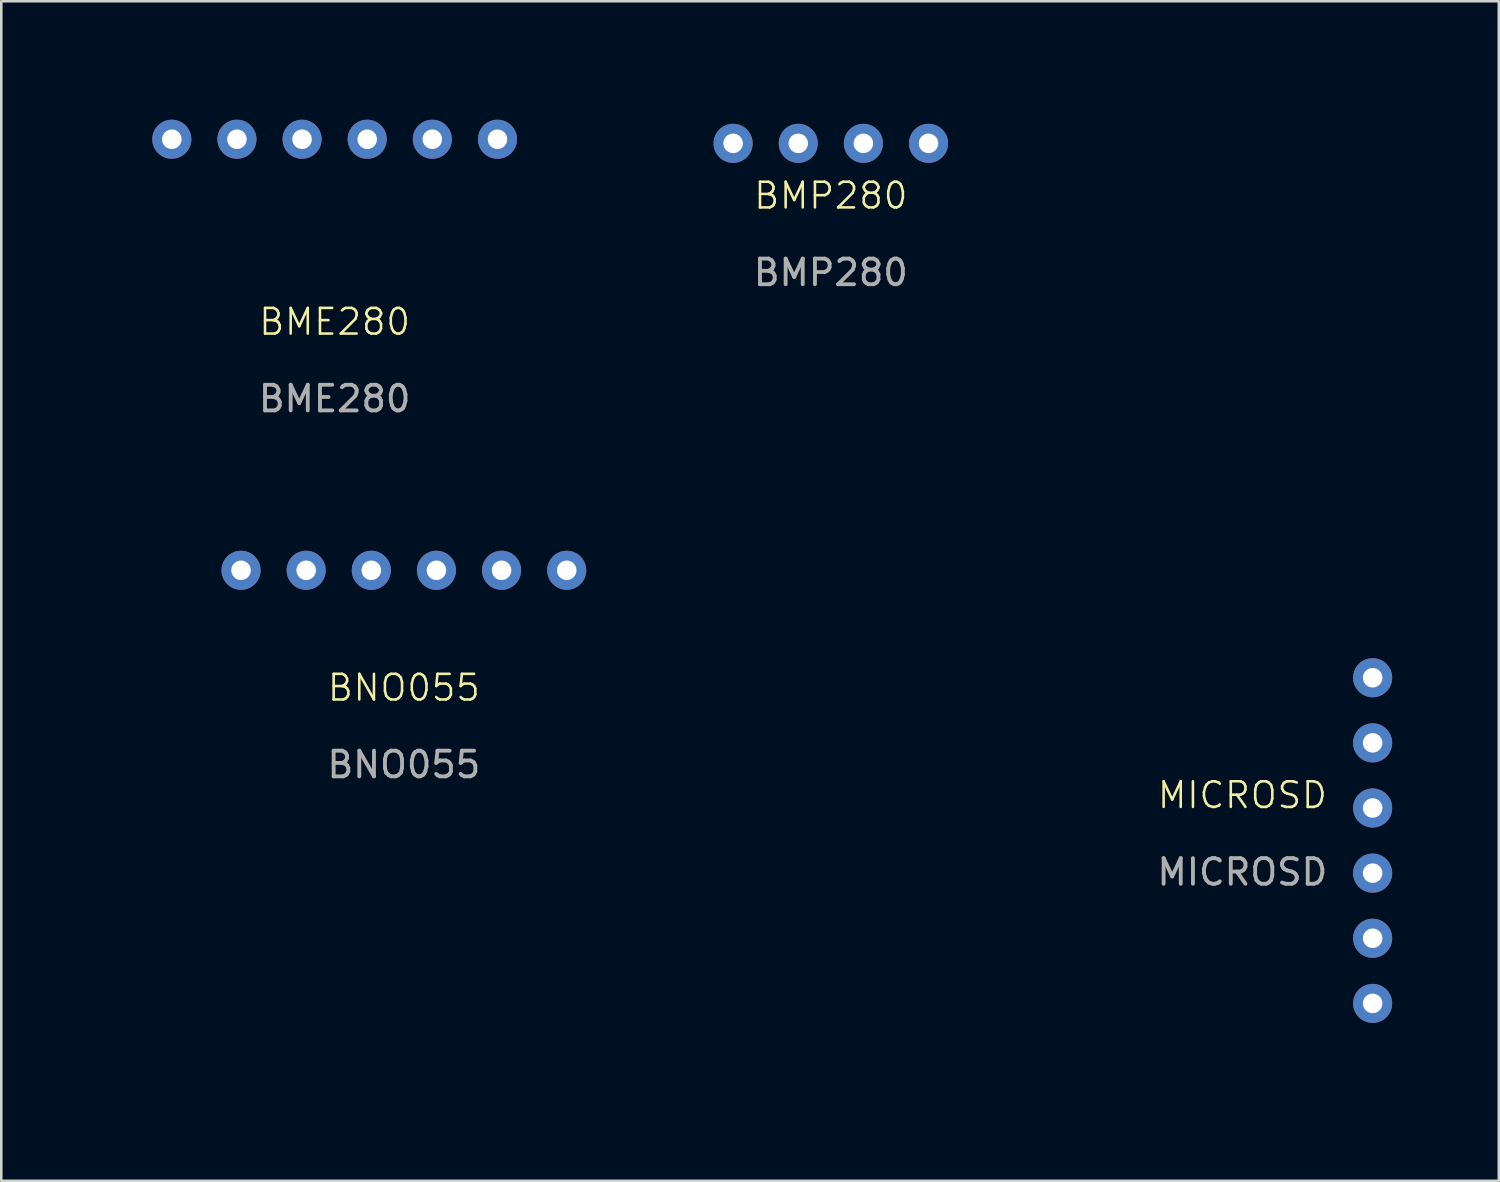
<source format=kicad_pcb>
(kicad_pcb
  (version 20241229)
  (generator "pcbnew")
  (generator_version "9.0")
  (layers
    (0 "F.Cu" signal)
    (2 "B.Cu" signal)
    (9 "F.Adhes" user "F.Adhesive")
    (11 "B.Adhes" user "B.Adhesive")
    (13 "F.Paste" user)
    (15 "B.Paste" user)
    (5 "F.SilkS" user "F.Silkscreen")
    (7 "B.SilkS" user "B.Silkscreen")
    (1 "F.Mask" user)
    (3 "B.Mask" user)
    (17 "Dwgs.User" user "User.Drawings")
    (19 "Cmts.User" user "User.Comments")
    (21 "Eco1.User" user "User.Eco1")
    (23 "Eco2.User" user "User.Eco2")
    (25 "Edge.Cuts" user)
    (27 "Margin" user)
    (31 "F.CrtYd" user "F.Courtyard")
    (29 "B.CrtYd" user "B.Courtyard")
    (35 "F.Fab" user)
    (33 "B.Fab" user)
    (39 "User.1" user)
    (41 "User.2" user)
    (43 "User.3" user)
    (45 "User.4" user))
  (footprint "MICROSD"
    (layer "F.Cu")
    (at 45.4 28.46)
    (property "Reference" "MICROSD" (at 0 -0.5 0) (unlocked yes) (layer "F.SilkS") (effects (font (size 1 1) (thickness 0.1))))
    (attr through_hole)
    (fp_text user "${REFERENCE}" (at 0 2.5 0) (unlocked yes) (layer "F.Fab") (effects (font (size 1 1) (thickness 0.15))))
    (pad "1" thru_hole circle (at 5.08 -5.08) (size 1.524 1.524) (drill 0.762) (layers "*.Cu" "*.Mask"))
    (pad "2" thru_hole circle (at 5.08 -2.54) (size 1.524 1.524) (drill 0.762) (layers "*.Cu" "*.Mask"))
    (pad "3" thru_hole circle (at 5.08 0) (size 1.524 1.524) (drill 0.762) (layers "*.Cu" "*.Mask"))
    (pad "4" thru_hole circle (at 5.08 2.54) (size 1.524 1.524) (drill 0.762) (layers "*.Cu" "*.Mask"))
    (pad "5" thru_hole circle (at 5.08 5.08) (size 1.524 1.524) (drill 0.762) (layers "*.Cu" "*.Mask"))
    (pad "6" thru_hole circle (at 5.08 7.62) (size 1.524 1.524) (drill 0.762) (layers "*.Cu" "*.Mask"))
    (zone (net_name "") (layer "F.SilkS") (hatch edge 0.5) (connect_pads) (min_thickness 0.25) (filled_areas_thickness no) (keepout (tracks allowed) (vias allowed) (pads not_allowed) (copperpour allowed) (footprints not_allowed)) (placement (enabled no)) (fill) (polygon (pts (xy 28.4 17.92) (xy 52.4 17.92) (xy 52.4 40) (xy 28.4 40)))))
  (footprint "BNO055"
    (layer "F.Cu")
    (at 12.7 24.27)
    (property "Reference" "BNO055" (at 0 -0.5 0) (unlocked yes) (layer "F.SilkS") (effects (font (size 1 1) (thickness 0.1))))
    (attr through_hole)
    (fp_text user "${REFERENCE}" (at 0 2.5 0) (unlocked yes) (layer "F.Fab") (effects (font (size 1 1) (thickness 0.15))))
    (pad "1" thru_hole circle (at 6.35 -5.08) (size 1.524 1.524) (drill 0.762) (layers "*.Cu" "*.Mask"))
    (pad "2" thru_hole circle (at 3.81 -5.08) (size 1.524 1.524) (drill 0.762) (layers "*.Cu" "*.Mask"))
    (pad "3" thru_hole circle (at 1.27 -5.08) (size 1.524 1.524) (drill 0.762) (layers "*.Cu" "*.Mask"))
    (pad "4" thru_hole circle (at -1.27 -5.08) (size 1.524 1.524) (drill 0.762) (layers "*.Cu" "*.Mask"))
    (pad "5" thru_hole circle (at -3.81 -5.08) (size 1.524 1.524) (drill 0.762) (layers "*.Cu" "*.Mask"))
    (pad "6" thru_hole circle (at -6.35 -5.08) (size 1.524 1.524) (drill 0.762) (layers "*.Cu" "*.Mask"))
    (zone (net_name "") (layer "F.SilkS") (hatch edge 0.5) (connect_pads) (min_thickness 0.25) (filled_areas_thickness no) (keepout (tracks allowed) (vias allowed) (pads not_allowed) (copperpour allowed) (footprints not_allowed)) (placement (enabled no)) (fill) (polygon (pts (xy 0 17.92) (xy 25.4 17.92) (xy 25.4 29.35) (xy 0 29.35)))))
  (footprint "BMP280"
    (layer "F.Cu")
    (at 29.35 5.08)
    (property "Reference" "BMP280" (at 0 -0.5 0) (unlocked yes) (layer "F.SilkS") (effects (font (size 1 1) (thickness 0.1))))
    (attr through_hole)
    (fp_text user "${REFERENCE}" (at 0 2.5 0) (unlocked yes) (layer "F.Fab") (effects (font (size 1 1) (thickness 0.15))))
    (pad "1" thru_hole circle (at 3.81 -2.54) (size 1.524 1.524) (drill 0.762) (layers "*.Cu" "*.Mask"))
    (pad "2" thru_hole circle (at 1.27 -2.54) (size 1.524 1.524) (drill 0.762) (layers "*.Cu" "*.Mask"))
    (pad "3" thru_hole circle (at -1.27 -2.54) (size 1.524 1.524) (drill 0.762) (layers "*.Cu" "*.Mask"))
    (pad "4" thru_hole circle (at -3.81 -2.54) (size 1.524 1.524) (drill 0.762) (layers "*.Cu" "*.Mask"))
    (zone (net_name "") (layer "F.SilkS") (hatch edge 0.5) (connect_pads) (min_thickness 0.25) (filled_areas_thickness no) (keepout (tracks allowed) (vias allowed) (pads not_allowed) (copperpour allowed) (footprints not_allowed)) (placement (enabled no)) (fill) (polygon (pts (xy 23 0) (xy 35.7 0) (xy 35.7 11.43) (xy 23 11.43)))))
  (footprint "BME280"
    (layer "F.Cu")
    (at 10 10)
    (property "Reference" "BME280" (at 0 -0.5 0) (unlocked yes) (layer "F.SilkS") (effects (font (size 1 1) (thickness 0.1))))
    (attr through_hole)
    (fp_text user "${REFERENCE}" (at 0 2.5 0) (unlocked yes) (layer "F.Fab") (effects (font (size 1 1) (thickness 0.15))))
    (pad "1" thru_hole circle (at -6.35 -7.62) (size 1.524 1.524) (drill 0.762) (layers "*.Cu" "*.Mask"))
    (pad "2" thru_hole circle (at -3.81 -7.62) (size 1.524 1.524) (drill 0.762) (layers "*.Cu" "*.Mask"))
    (pad "3" thru_hole circle (at -1.27 -7.62) (size 1.524 1.524) (drill 0.762) (layers "*.Cu" "*.Mask"))
    (pad "4" thru_hole circle (at 1.27 -7.62) (size 1.524 1.524) (drill 0.762) (layers "*.Cu" "*.Mask"))
    (pad "5" thru_hole circle (at 3.81 -7.62) (size 1.524 1.524) (drill 0.762) (layers "*.Cu" "*.Mask"))
    (pad "6" thru_hole circle (at 6.35 -7.62) (size 1.524 1.524) (drill 0.762) (layers "*.Cu" "*.Mask"))
    (zone (net_name "") (layer "F.SilkS") (hatch edge 0.5) (connect_pads) (min_thickness 0.25) (filled_areas_thickness no) (keepout (tracks allowed) (vias allowed) (pads not_allowed) (copperpour allowed) (footprints not_allowed)) (placement (enabled no)) (fill) (polygon (pts (xy 0 0) (xy 20 0) (xy 20 14.92) (xy 0 14.92)))))
  (gr_rect
    (start -3 -3)
    (end 55.4 43)
    (stroke (width 0.1) (type default))
    (fill no)
    (layer "Edge.Cuts")))
</source>
